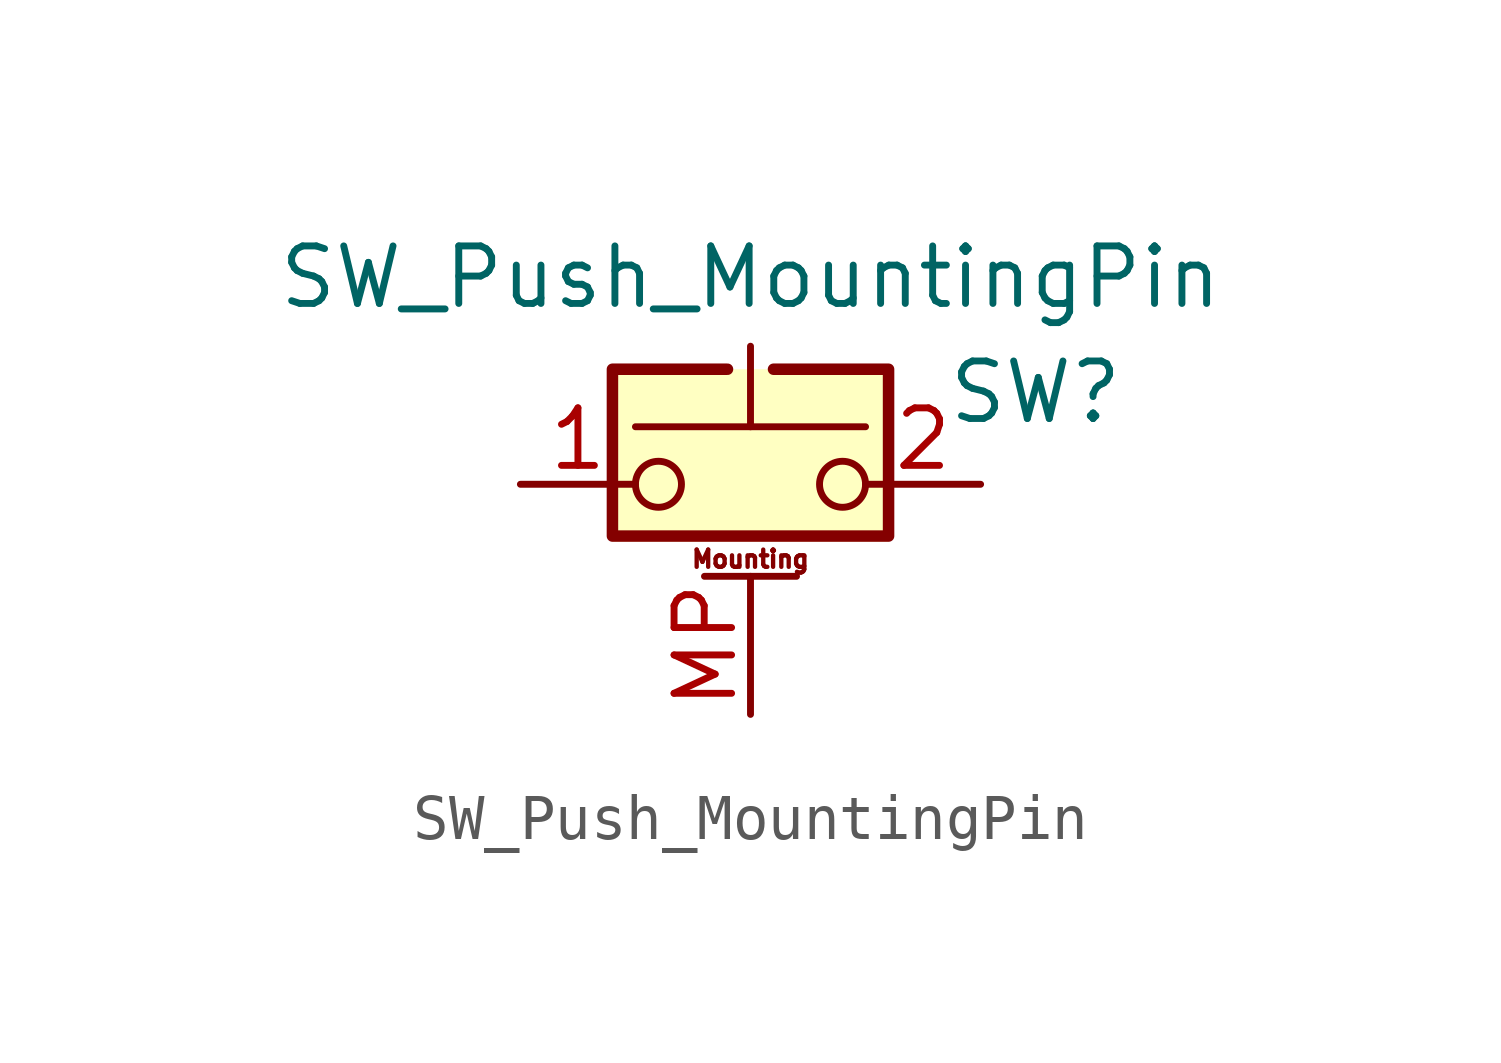
<source format=kicad_sym>
(kicad_symbol_lib
  (version 20231120)
  (generator "kicad_symbol_editor")
  (generator_version "8.0")
  (symbol "SW_Push_MountingPin"
    (pin_names
      (offset 1.016) hide)
    (property "Reference" "SW"
      (at 4.318 2.032 0)
      (effects (font (size 1.27 1.27)) (justify left)))
    (property "Value" "SW_Push_MountingPin"
      (at 0 4.572 0)
      (effects (font (size 1.27 1.27))))
    (symbol "SW_Push_MountingPin_0_1"
      (circle (center -2.032 0) (radius 0.508) (stroke (width 0) (type default)) (fill (type none)))
      (polyline (pts (xy 0 1.27) (xy 0 3.048)) (stroke (width 0) (type default)) (fill (type none)))
      (polyline (pts (xy 2.54 1.27) (xy -2.54 1.27)) (stroke (width 0) (type default)) (fill (type none)))
      (polyline (pts (xy 0.508 2.54) (xy 3.048 2.54) (xy 3.048 -1.143) (xy -3.048 -1.143) (xy -3.048 2.54) (xy -0.508 2.54)) (stroke (width -0.025) (type default)) (fill (type none)))
      (polyline (pts (xy 0.508 2.54) (xy 3.048 2.54) (xy 3.048 -1.143) (xy -3.048 -1.143) (xy -3.048 2.54) (xy -0.508 2.54)) (stroke (width 0.254) (type default)) (fill (type none)))
      (circle (center 2.032 0) (radius 0.508) (stroke (width 0) (type default)) (fill (type none)))
      (pin passive line (at -5.08 0 0) (length 2.54) (name "1" (effects (font (size 1.27 1.27)))) (number "1" (effects (font (size 1.27 1.27)))))
      (pin passive line (at 5.08 0 180) (length 2.54) (name "2" (effects (font (size 1.27 1.27)))) (number "2" (effects (font (size 1.27 1.27))))))
    (symbol "SW_Push_MountingPin_1_1"
      (rectangle (start -3.048 2.54) (end 3.048 -1.27) (stroke (width -0.025) (type default)) (fill (type background)))
      (polyline (pts (xy -1.016 -2.032) (xy 1.016 -2.032)) (stroke (width 0.152) (type default)) (fill (type none)))
      (text "Mounting" (at 0 -1.651 0) (effects (font (size 0.381 0.381))))
      (pin passive line (at 0 -5.08 90) (length 3.048) (name "MountPin" (effects (font (size 1.27 1.27)))) (number "MP" (effects (font (size 1.27 1.27))))))))
</source>
